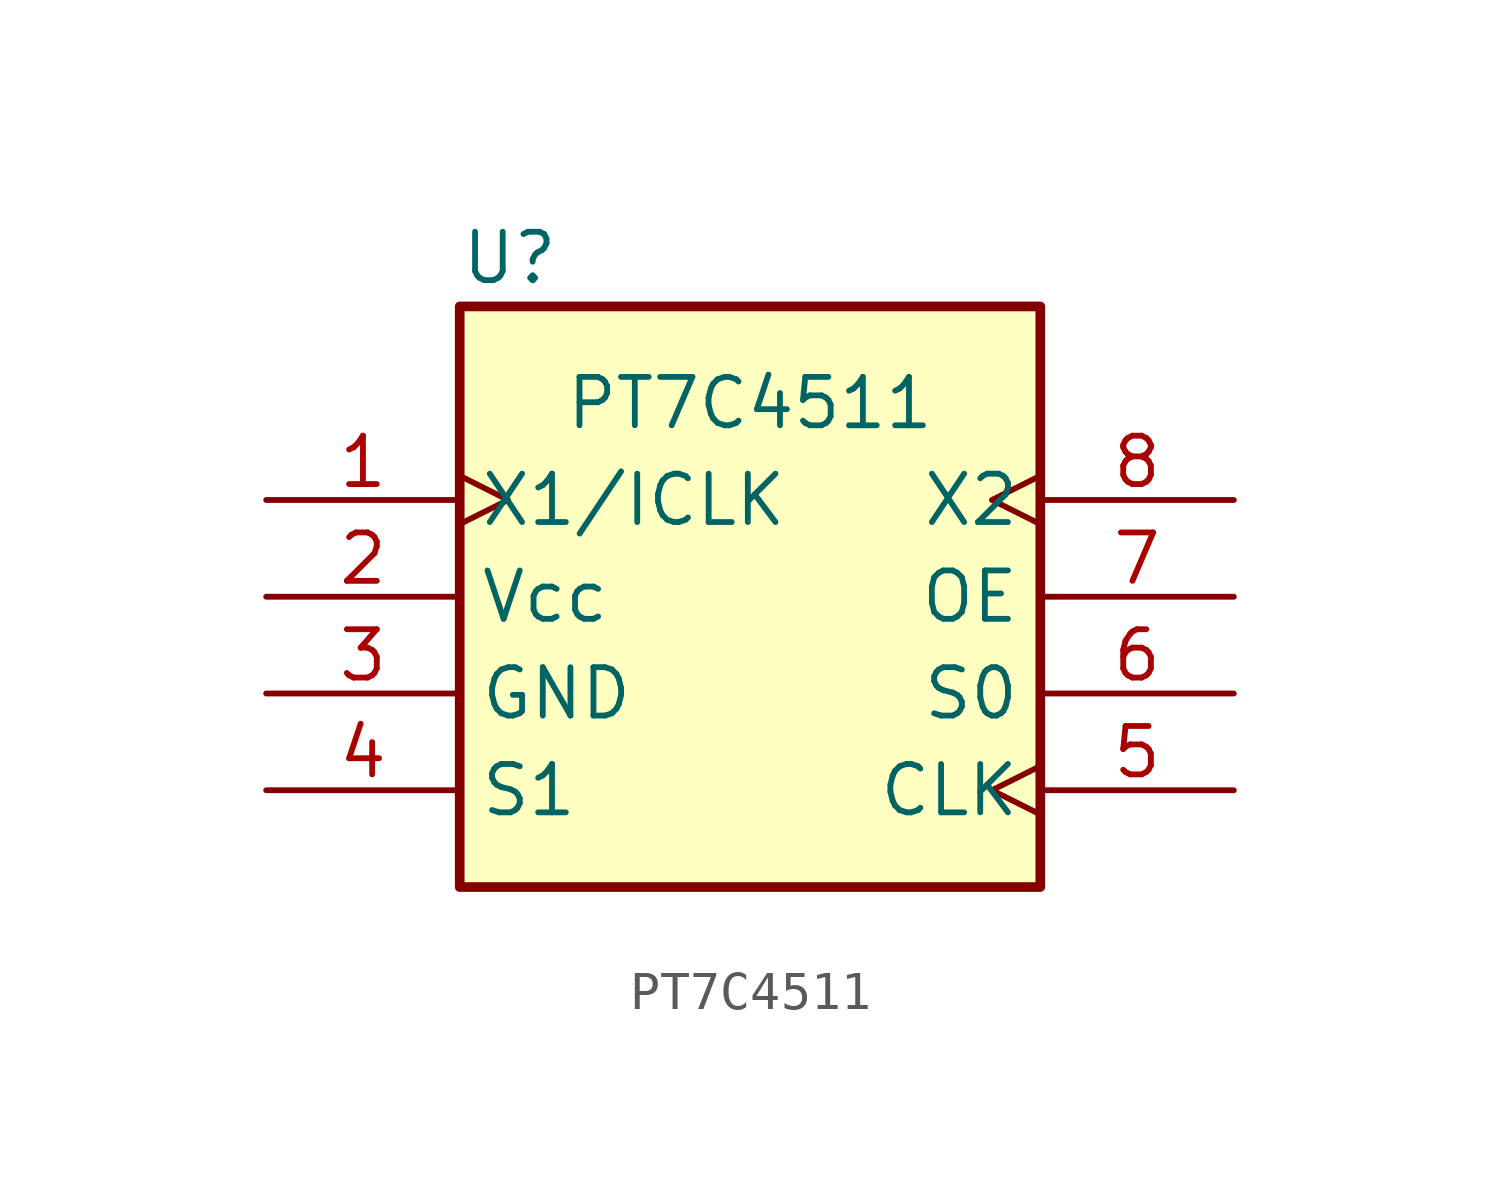
<source format=kicad_sym>
(kicad_symbol_lib
  (version 20211014)
  (generator kicad_symbol_editor)
  (symbol "PT7C4511"
    (property "Reference" "U"
      (at -7.62 11.43 0)
      (effects (font (size 1.27 1.27)) (justify left)))
    (property "Value" "PT7C4511"
      (at 0 7.62 0)
      (effects (font (size 1.27 1.27))))
    (symbol "PT7C4511_0_0"
      (rectangle (start -7.62 10.16) (end 7.62 -5.08) (stroke (width 0.254) (type default) (color 0 0 0 0)) (fill (type background))))
    (symbol "PT7C4511_1_1"
      (pin input clock (at -12.7 5.08 0) (length 5.08) (name "X1/ICLK" (effects (font (size 1.27 1.27)))) (number "1" (effects (font (size 1.27 1.27)))))
      (pin power_in line (at -12.7 2.54 0) (length 5.08) (name "Vcc" (effects (font (size 1.27 1.27)))) (number "2" (effects (font (size 1.27 1.27)))))
      (pin power_in line (at -12.7 0 0) (length 5.08) (name "GND" (effects (font (size 1.27 1.27)))) (number "3" (effects (font (size 1.27 1.27)))))
      (pin input line (at -12.7 -2.54 0) (length 5.08) (name "S1" (effects (font (size 1.27 1.27)))) (number "4" (effects (font (size 1.27 1.27)))))
      (pin output clock (at 12.7 -2.54 180) (length 5.08) (name "CLK" (effects (font (size 1.27 1.27)))) (number "5" (effects (font (size 1.27 1.27)))))
      (pin input line (at 12.7 0 180) (length 5.08) (name "S0" (effects (font (size 1.27 1.27)))) (number "6" (effects (font (size 1.27 1.27)))))
      (pin input line (at 12.7 2.54 180) (length 5.08) (name "OE" (effects (font (size 1.27 1.27)))) (number "7" (effects (font (size 1.27 1.27)))))
      (pin input clock (at 12.7 5.08 180) (length 5.08) (name "X2" (effects (font (size 1.27 1.27)))) (number "8" (effects (font (size 1.27 1.27))))))))
</source>
